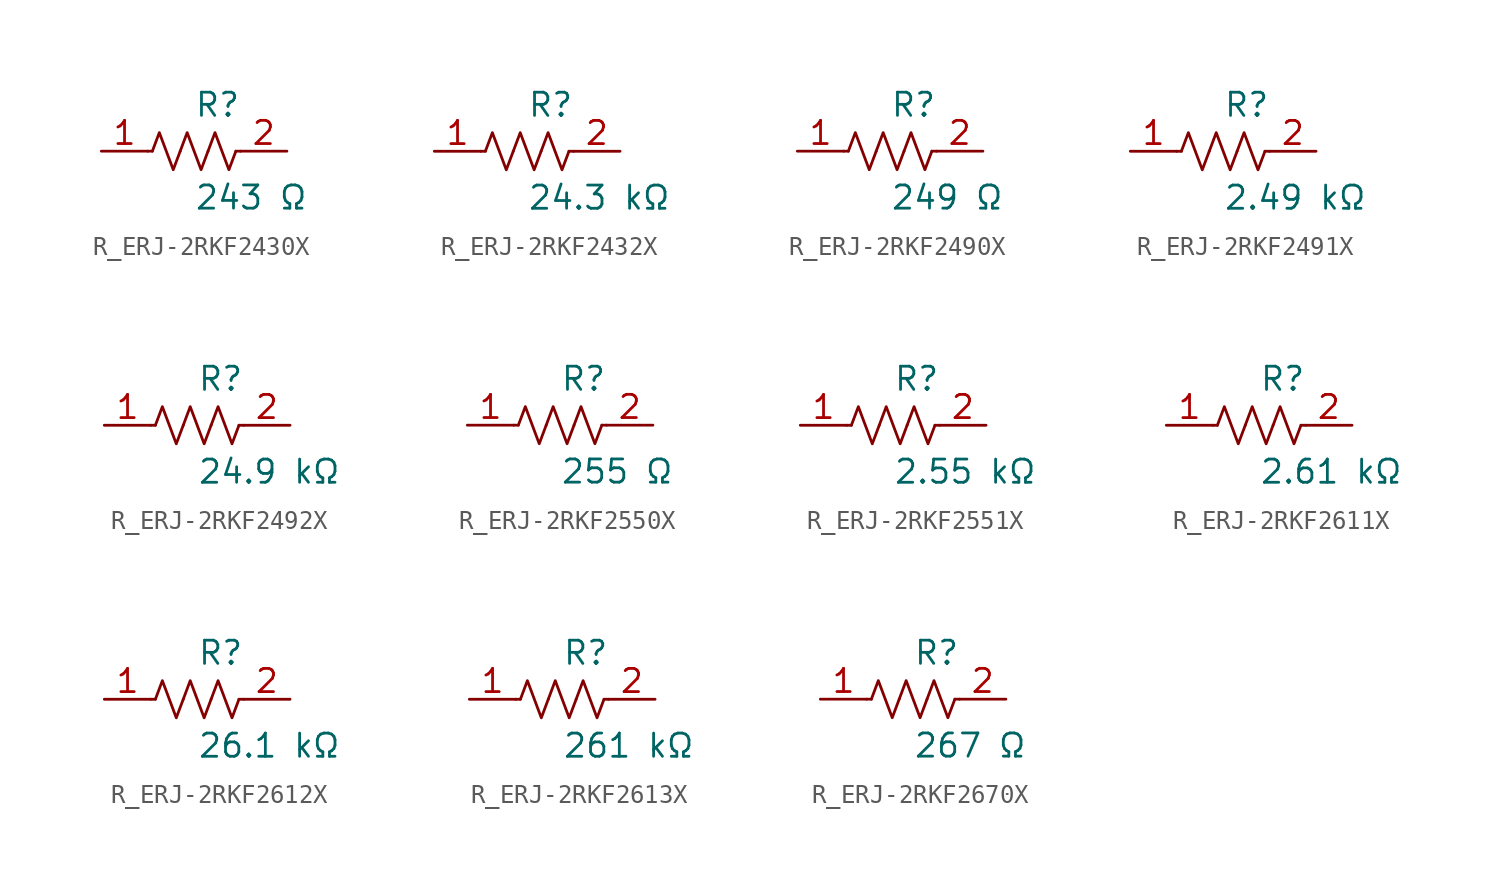
<source format=kicad_sym>
(kicad_symbol_lib
  (version 20231120)
  (generator kicad_symbol_editor)
  (generator_version 8.0)
  (symbol "R_ERJ-2RKF2430X"
    (pin_names
      (offset 0.254))
    (property "Reference" "R"
      (at 0.0 2.54 0)
      (effects (font (size 1.27 1.27)) (justify left)))
    (property "Value" "243 Ω"
      (at 0.0 -2.54 0)
      (effects (font (size 1.27 1.27)) (justify left)))
    (symbol "R_ERJ-2RKF2430X_0_1"
      (polyline (pts (xy 2.286 0) (xy 2.54 0)) (stroke (width 0) (type default)) (fill (type none)))
      (polyline (pts (xy -2.286 0) (xy -2.54 0)) (stroke (width 0) (type default)) (fill (type none)))
      (polyline (pts (xy 0.762 0) (xy 1.143 1.016) (xy 1.524 0) (xy 1.905 -1.016) (xy 2.286 0)) (stroke (width 0) (type default)) (fill (type none)))
      (polyline (pts (xy -0.762 0) (xy -0.381 1.016) (xy 0 0) (xy 0.381 -1.016) (xy 0.762 0)) (stroke (width 0) (type default)) (fill (type none)))
      (polyline (pts (xy -2.286 0) (xy -1.905 1.016) (xy -1.524 0) (xy -1.143 -1.016) (xy -0.762 0)) (stroke (width 0) (type default)) (fill (type none))))
    (pin unspecified line
      (at -5.08 0 0)
      (length 2.54)
      (name "" (effects (font (size 1.27 1.27))))
      (number "1" (effects (font (size 1.27 1.27)))))
    (pin unspecified line
      (at 5.08 0 180)
      (length 2.54)
      (name "" (effects (font (size 1.27 1.27))))
      (number "2" (effects (font (size 1.27 1.27))))))
  (symbol "R_ERJ-2RKF2432X"
    (pin_names
      (offset 0.254))
    (property "Reference" "R"
      (at 0.0 2.54 0)
      (effects (font (size 1.27 1.27)) (justify left)))
    (property "Value" "24.3 kΩ"
      (at 0.0 -2.54 0)
      (effects (font (size 1.27 1.27)) (justify left)))
    (symbol "R_ERJ-2RKF2432X_0_1"
      (polyline (pts (xy 2.286 0) (xy 2.54 0)) (stroke (width 0) (type default)) (fill (type none)))
      (polyline (pts (xy -2.286 0) (xy -2.54 0)) (stroke (width 0) (type default)) (fill (type none)))
      (polyline (pts (xy 0.762 0) (xy 1.143 1.016) (xy 1.524 0) (xy 1.905 -1.016) (xy 2.286 0)) (stroke (width 0) (type default)) (fill (type none)))
      (polyline (pts (xy -0.762 0) (xy -0.381 1.016) (xy 0 0) (xy 0.381 -1.016) (xy 0.762 0)) (stroke (width 0) (type default)) (fill (type none)))
      (polyline (pts (xy -2.286 0) (xy -1.905 1.016) (xy -1.524 0) (xy -1.143 -1.016) (xy -0.762 0)) (stroke (width 0) (type default)) (fill (type none))))
    (pin unspecified line
      (at -5.08 0 0)
      (length 2.54)
      (name "" (effects (font (size 1.27 1.27))))
      (number "1" (effects (font (size 1.27 1.27)))))
    (pin unspecified line
      (at 5.08 0 180)
      (length 2.54)
      (name "" (effects (font (size 1.27 1.27))))
      (number "2" (effects (font (size 1.27 1.27))))))
  (symbol "R_ERJ-2RKF2490X"
    (pin_names
      (offset 0.254))
    (property "Reference" "R"
      (at 0.0 2.54 0)
      (effects (font (size 1.27 1.27)) (justify left)))
    (property "Value" "249 Ω"
      (at 0.0 -2.54 0)
      (effects (font (size 1.27 1.27)) (justify left)))
    (symbol "R_ERJ-2RKF2490X_0_1"
      (polyline (pts (xy 2.286 0) (xy 2.54 0)) (stroke (width 0) (type default)) (fill (type none)))
      (polyline (pts (xy -2.286 0) (xy -2.54 0)) (stroke (width 0) (type default)) (fill (type none)))
      (polyline (pts (xy 0.762 0) (xy 1.143 1.016) (xy 1.524 0) (xy 1.905 -1.016) (xy 2.286 0)) (stroke (width 0) (type default)) (fill (type none)))
      (polyline (pts (xy -0.762 0) (xy -0.381 1.016) (xy 0 0) (xy 0.381 -1.016) (xy 0.762 0)) (stroke (width 0) (type default)) (fill (type none)))
      (polyline (pts (xy -2.286 0) (xy -1.905 1.016) (xy -1.524 0) (xy -1.143 -1.016) (xy -0.762 0)) (stroke (width 0) (type default)) (fill (type none))))
    (pin unspecified line
      (at -5.08 0 0)
      (length 2.54)
      (name "" (effects (font (size 1.27 1.27))))
      (number "1" (effects (font (size 1.27 1.27)))))
    (pin unspecified line
      (at 5.08 0 180)
      (length 2.54)
      (name "" (effects (font (size 1.27 1.27))))
      (number "2" (effects (font (size 1.27 1.27))))))
  (symbol "R_ERJ-2RKF2491X"
    (pin_names
      (offset 0.254))
    (property "Reference" "R"
      (at 0.0 2.54 0)
      (effects (font (size 1.27 1.27)) (justify left)))
    (property "Value" "2.49 kΩ"
      (at 0.0 -2.54 0)
      (effects (font (size 1.27 1.27)) (justify left)))
    (symbol "R_ERJ-2RKF2491X_0_1"
      (polyline (pts (xy 2.286 0) (xy 2.54 0)) (stroke (width 0) (type default)) (fill (type none)))
      (polyline (pts (xy -2.286 0) (xy -2.54 0)) (stroke (width 0) (type default)) (fill (type none)))
      (polyline (pts (xy 0.762 0) (xy 1.143 1.016) (xy 1.524 0) (xy 1.905 -1.016) (xy 2.286 0)) (stroke (width 0) (type default)) (fill (type none)))
      (polyline (pts (xy -0.762 0) (xy -0.381 1.016) (xy 0 0) (xy 0.381 -1.016) (xy 0.762 0)) (stroke (width 0) (type default)) (fill (type none)))
      (polyline (pts (xy -2.286 0) (xy -1.905 1.016) (xy -1.524 0) (xy -1.143 -1.016) (xy -0.762 0)) (stroke (width 0) (type default)) (fill (type none))))
    (pin unspecified line
      (at -5.08 0 0)
      (length 2.54)
      (name "" (effects (font (size 1.27 1.27))))
      (number "1" (effects (font (size 1.27 1.27)))))
    (pin unspecified line
      (at 5.08 0 180)
      (length 2.54)
      (name "" (effects (font (size 1.27 1.27))))
      (number "2" (effects (font (size 1.27 1.27))))))
  (symbol "R_ERJ-2RKF2492X"
    (pin_names
      (offset 0.254))
    (property "Reference" "R"
      (at 0.0 2.54 0)
      (effects (font (size 1.27 1.27)) (justify left)))
    (property "Value" "24.9 kΩ"
      (at 0.0 -2.54 0)
      (effects (font (size 1.27 1.27)) (justify left)))
    (symbol "R_ERJ-2RKF2492X_0_1"
      (polyline (pts (xy 2.286 0) (xy 2.54 0)) (stroke (width 0) (type default)) (fill (type none)))
      (polyline (pts (xy -2.286 0) (xy -2.54 0)) (stroke (width 0) (type default)) (fill (type none)))
      (polyline (pts (xy 0.762 0) (xy 1.143 1.016) (xy 1.524 0) (xy 1.905 -1.016) (xy 2.286 0)) (stroke (width 0) (type default)) (fill (type none)))
      (polyline (pts (xy -0.762 0) (xy -0.381 1.016) (xy 0 0) (xy 0.381 -1.016) (xy 0.762 0)) (stroke (width 0) (type default)) (fill (type none)))
      (polyline (pts (xy -2.286 0) (xy -1.905 1.016) (xy -1.524 0) (xy -1.143 -1.016) (xy -0.762 0)) (stroke (width 0) (type default)) (fill (type none))))
    (pin unspecified line
      (at -5.08 0 0)
      (length 2.54)
      (name "" (effects (font (size 1.27 1.27))))
      (number "1" (effects (font (size 1.27 1.27)))))
    (pin unspecified line
      (at 5.08 0 180)
      (length 2.54)
      (name "" (effects (font (size 1.27 1.27))))
      (number "2" (effects (font (size 1.27 1.27))))))
  (symbol "R_ERJ-2RKF2550X"
    (pin_names
      (offset 0.254))
    (property "Reference" "R"
      (at 0.0 2.54 0)
      (effects (font (size 1.27 1.27)) (justify left)))
    (property "Value" "255 Ω"
      (at 0.0 -2.54 0)
      (effects (font (size 1.27 1.27)) (justify left)))
    (symbol "R_ERJ-2RKF2550X_0_1"
      (polyline (pts (xy 2.286 0) (xy 2.54 0)) (stroke (width 0) (type default)) (fill (type none)))
      (polyline (pts (xy -2.286 0) (xy -2.54 0)) (stroke (width 0) (type default)) (fill (type none)))
      (polyline (pts (xy 0.762 0) (xy 1.143 1.016) (xy 1.524 0) (xy 1.905 -1.016) (xy 2.286 0)) (stroke (width 0) (type default)) (fill (type none)))
      (polyline (pts (xy -0.762 0) (xy -0.381 1.016) (xy 0 0) (xy 0.381 -1.016) (xy 0.762 0)) (stroke (width 0) (type default)) (fill (type none)))
      (polyline (pts (xy -2.286 0) (xy -1.905 1.016) (xy -1.524 0) (xy -1.143 -1.016) (xy -0.762 0)) (stroke (width 0) (type default)) (fill (type none))))
    (pin unspecified line
      (at -5.08 0 0)
      (length 2.54)
      (name "" (effects (font (size 1.27 1.27))))
      (number "1" (effects (font (size 1.27 1.27)))))
    (pin unspecified line
      (at 5.08 0 180)
      (length 2.54)
      (name "" (effects (font (size 1.27 1.27))))
      (number "2" (effects (font (size 1.27 1.27))))))
  (symbol "R_ERJ-2RKF2551X"
    (pin_names
      (offset 0.254))
    (property "Reference" "R"
      (at 0.0 2.54 0)
      (effects (font (size 1.27 1.27)) (justify left)))
    (property "Value" "2.55 kΩ"
      (at 0.0 -2.54 0)
      (effects (font (size 1.27 1.27)) (justify left)))
    (symbol "R_ERJ-2RKF2551X_0_1"
      (polyline (pts (xy 2.286 0) (xy 2.54 0)) (stroke (width 0) (type default)) (fill (type none)))
      (polyline (pts (xy -2.286 0) (xy -2.54 0)) (stroke (width 0) (type default)) (fill (type none)))
      (polyline (pts (xy 0.762 0) (xy 1.143 1.016) (xy 1.524 0) (xy 1.905 -1.016) (xy 2.286 0)) (stroke (width 0) (type default)) (fill (type none)))
      (polyline (pts (xy -0.762 0) (xy -0.381 1.016) (xy 0 0) (xy 0.381 -1.016) (xy 0.762 0)) (stroke (width 0) (type default)) (fill (type none)))
      (polyline (pts (xy -2.286 0) (xy -1.905 1.016) (xy -1.524 0) (xy -1.143 -1.016) (xy -0.762 0)) (stroke (width 0) (type default)) (fill (type none))))
    (pin unspecified line
      (at -5.08 0 0)
      (length 2.54)
      (name "" (effects (font (size 1.27 1.27))))
      (number "1" (effects (font (size 1.27 1.27)))))
    (pin unspecified line
      (at 5.08 0 180)
      (length 2.54)
      (name "" (effects (font (size 1.27 1.27))))
      (number "2" (effects (font (size 1.27 1.27))))))
  (symbol "R_ERJ-2RKF2611X"
    (pin_names
      (offset 0.254))
    (property "Reference" "R"
      (at 0.0 2.54 0)
      (effects (font (size 1.27 1.27)) (justify left)))
    (property "Value" "2.61 kΩ"
      (at 0.0 -2.54 0)
      (effects (font (size 1.27 1.27)) (justify left)))
    (symbol "R_ERJ-2RKF2611X_0_1"
      (polyline (pts (xy 2.286 0) (xy 2.54 0)) (stroke (width 0) (type default)) (fill (type none)))
      (polyline (pts (xy -2.286 0) (xy -2.54 0)) (stroke (width 0) (type default)) (fill (type none)))
      (polyline (pts (xy 0.762 0) (xy 1.143 1.016) (xy 1.524 0) (xy 1.905 -1.016) (xy 2.286 0)) (stroke (width 0) (type default)) (fill (type none)))
      (polyline (pts (xy -0.762 0) (xy -0.381 1.016) (xy 0 0) (xy 0.381 -1.016) (xy 0.762 0)) (stroke (width 0) (type default)) (fill (type none)))
      (polyline (pts (xy -2.286 0) (xy -1.905 1.016) (xy -1.524 0) (xy -1.143 -1.016) (xy -0.762 0)) (stroke (width 0) (type default)) (fill (type none))))
    (pin unspecified line
      (at -5.08 0 0)
      (length 2.54)
      (name "" (effects (font (size 1.27 1.27))))
      (number "1" (effects (font (size 1.27 1.27)))))
    (pin unspecified line
      (at 5.08 0 180)
      (length 2.54)
      (name "" (effects (font (size 1.27 1.27))))
      (number "2" (effects (font (size 1.27 1.27))))))
  (symbol "R_ERJ-2RKF2612X"
    (pin_names
      (offset 0.254))
    (property "Reference" "R"
      (at 0.0 2.54 0)
      (effects (font (size 1.27 1.27)) (justify left)))
    (property "Value" "26.1 kΩ"
      (at 0.0 -2.54 0)
      (effects (font (size 1.27 1.27)) (justify left)))
    (symbol "R_ERJ-2RKF2612X_0_1"
      (polyline (pts (xy 2.286 0) (xy 2.54 0)) (stroke (width 0) (type default)) (fill (type none)))
      (polyline (pts (xy -2.286 0) (xy -2.54 0)) (stroke (width 0) (type default)) (fill (type none)))
      (polyline (pts (xy 0.762 0) (xy 1.143 1.016) (xy 1.524 0) (xy 1.905 -1.016) (xy 2.286 0)) (stroke (width 0) (type default)) (fill (type none)))
      (polyline (pts (xy -0.762 0) (xy -0.381 1.016) (xy 0 0) (xy 0.381 -1.016) (xy 0.762 0)) (stroke (width 0) (type default)) (fill (type none)))
      (polyline (pts (xy -2.286 0) (xy -1.905 1.016) (xy -1.524 0) (xy -1.143 -1.016) (xy -0.762 0)) (stroke (width 0) (type default)) (fill (type none))))
    (pin unspecified line
      (at -5.08 0 0)
      (length 2.54)
      (name "" (effects (font (size 1.27 1.27))))
      (number "1" (effects (font (size 1.27 1.27)))))
    (pin unspecified line
      (at 5.08 0 180)
      (length 2.54)
      (name "" (effects (font (size 1.27 1.27))))
      (number "2" (effects (font (size 1.27 1.27))))))
  (symbol "R_ERJ-2RKF2613X"
    (pin_names
      (offset 0.254))
    (property "Reference" "R"
      (at 0.0 2.54 0)
      (effects (font (size 1.27 1.27)) (justify left)))
    (property "Value" "261 kΩ"
      (at 0.0 -2.54 0)
      (effects (font (size 1.27 1.27)) (justify left)))
    (symbol "R_ERJ-2RKF2613X_0_1"
      (polyline (pts (xy 2.286 0) (xy 2.54 0)) (stroke (width 0) (type default)) (fill (type none)))
      (polyline (pts (xy -2.286 0) (xy -2.54 0)) (stroke (width 0) (type default)) (fill (type none)))
      (polyline (pts (xy 0.762 0) (xy 1.143 1.016) (xy 1.524 0) (xy 1.905 -1.016) (xy 2.286 0)) (stroke (width 0) (type default)) (fill (type none)))
      (polyline (pts (xy -0.762 0) (xy -0.381 1.016) (xy 0 0) (xy 0.381 -1.016) (xy 0.762 0)) (stroke (width 0) (type default)) (fill (type none)))
      (polyline (pts (xy -2.286 0) (xy -1.905 1.016) (xy -1.524 0) (xy -1.143 -1.016) (xy -0.762 0)) (stroke (width 0) (type default)) (fill (type none))))
    (pin unspecified line
      (at -5.08 0 0)
      (length 2.54)
      (name "" (effects (font (size 1.27 1.27))))
      (number "1" (effects (font (size 1.27 1.27)))))
    (pin unspecified line
      (at 5.08 0 180)
      (length 2.54)
      (name "" (effects (font (size 1.27 1.27))))
      (number "2" (effects (font (size 1.27 1.27))))))
  (symbol "R_ERJ-2RKF2670X"
    (pin_names
      (offset 0.254))
    (property "Reference" "R"
      (at 0.0 2.54 0)
      (effects (font (size 1.27 1.27)) (justify left)))
    (property "Value" "267 Ω"
      (at 0.0 -2.54 0)
      (effects (font (size 1.27 1.27)) (justify left)))
    (symbol "R_ERJ-2RKF2670X_0_1"
      (polyline (pts (xy 2.286 0) (xy 2.54 0)) (stroke (width 0) (type default)) (fill (type none)))
      (polyline (pts (xy -2.286 0) (xy -2.54 0)) (stroke (width 0) (type default)) (fill (type none)))
      (polyline (pts (xy 0.762 0) (xy 1.143 1.016) (xy 1.524 0) (xy 1.905 -1.016) (xy 2.286 0)) (stroke (width 0) (type default)) (fill (type none)))
      (polyline (pts (xy -0.762 0) (xy -0.381 1.016) (xy 0 0) (xy 0.381 -1.016) (xy 0.762 0)) (stroke (width 0) (type default)) (fill (type none)))
      (polyline (pts (xy -2.286 0) (xy -1.905 1.016) (xy -1.524 0) (xy -1.143 -1.016) (xy -0.762 0)) (stroke (width 0) (type default)) (fill (type none))))
    (pin unspecified line
      (at -5.08 0 0)
      (length 2.54)
      (name "" (effects (font (size 1.27 1.27))))
      (number "1" (effects (font (size 1.27 1.27)))))
    (pin unspecified line
      (at 5.08 0 180)
      (length 2.54)
      (name "" (effects (font (size 1.27 1.27))))
      (number "2" (effects (font (size 1.27 1.27)))))))
</source>
